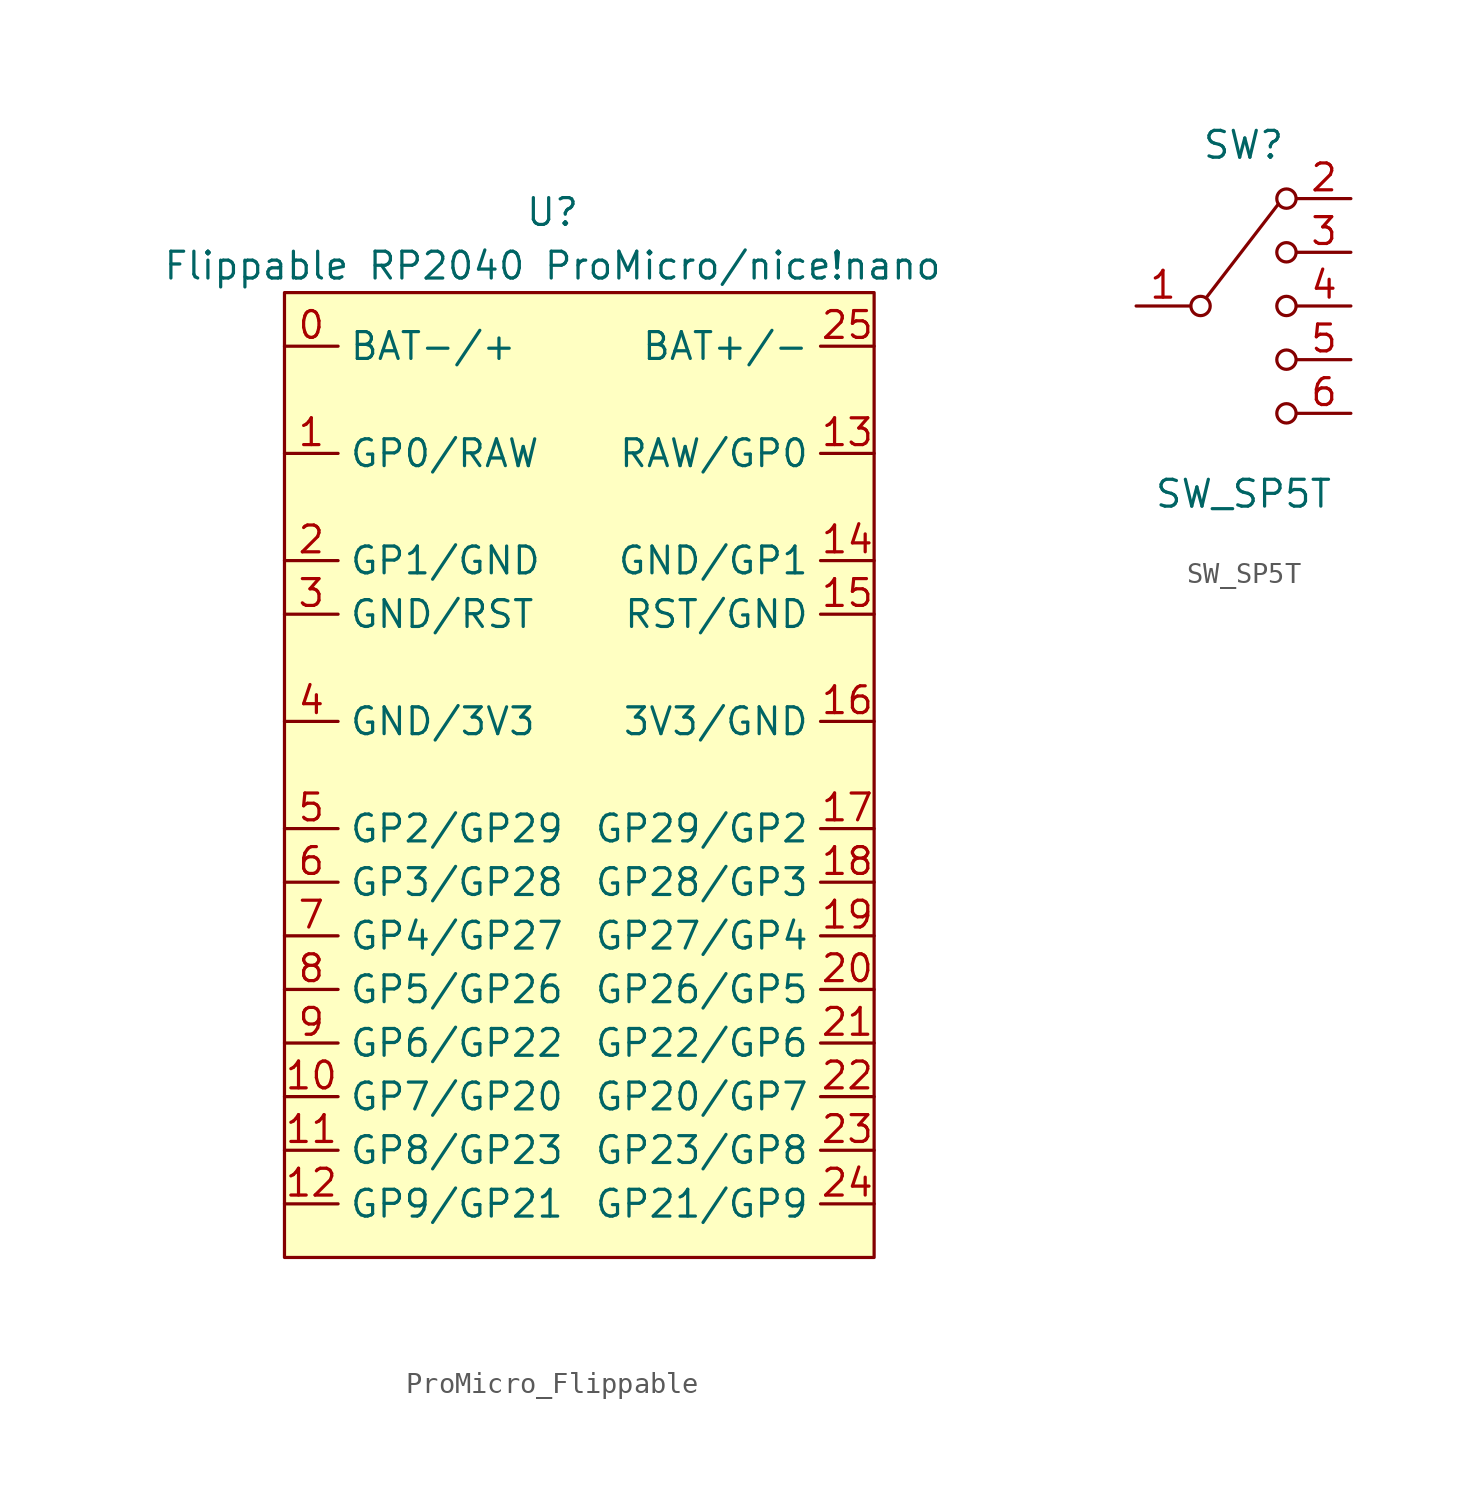
<source format=kicad_sym>
(kicad_symbol_lib
  (version 20220914)
  (generator kicad_symbol_editor)
  (symbol "ProMicro_Flippable"
    (property "Reference" "U"
      (at 0 22.86 0)
      (effects (font (size 1.27 1.27))))
    (property "Value" "Flippable RP2040 ProMicro/nice!nano"
      (at 0 20.32 0)
      (effects (font (size 1.27 1.27))))
    (symbol "ProMicro_Flippable_1_0"
      (pin bidirectional line (at -12.7 11.43 0) (length 2.54) (name "GP0/RAW" (effects (font (size 1.27 1.27)))) (number "1" (effects (font (size 1.27 1.27)))))
      (pin bidirectional line (at -12.7 -19.05 0) (length 2.54) (name "GP7/GP20" (effects (font (size 1.27 1.27)))) (number "10" (effects (font (size 1.27 1.27)))))
      (pin bidirectional line (at -12.7 -21.59 0) (length 2.54) (name "GP8/GP23" (effects (font (size 1.27 1.27)))) (number "11" (effects (font (size 1.27 1.27)))))
      (pin bidirectional line (at -12.7 -24.13 0) (length 2.54) (name "GP9/GP21" (effects (font (size 1.27 1.27)))) (number "12" (effects (font (size 1.27 1.27)))))
      (pin bidirectional line (at 15.24 11.43 180) (length 2.54) (name "RAW/GP0" (effects (font (size 1.27 1.27)))) (number "13" (effects (font (size 1.27 1.27)))))
      (pin power_out line (at 15.24 6.35 180) (length 2.54) (name "GND/GP1" (effects (font (size 1.27 1.27)))) (number "14" (effects (font (size 1.27 1.27)))))
      (pin bidirectional line (at 15.24 3.81 180) (length 2.54) (name "RST/GND" (effects (font (size 1.27 1.27)))) (number "15" (effects (font (size 1.27 1.27)))))
      (pin power_out line (at 15.24 -1.27 180) (length 2.54) (name "3V3/GND" (effects (font (size 1.27 1.27)))) (number "16" (effects (font (size 1.27 1.27)))))
      (pin bidirectional line (at 15.24 -6.35 180) (length 2.54) (name "GP29/GP2" (effects (font (size 1.27 1.27)))) (number "17" (effects (font (size 1.27 1.27)))))
      (pin bidirectional line (at 15.24 -8.89 180) (length 2.54) (name "GP28/GP3" (effects (font (size 1.27 1.27)))) (number "18" (effects (font (size 1.27 1.27)))))
      (pin bidirectional line (at 15.24 -11.43 180) (length 2.54) (name "GP27/GP4" (effects (font (size 1.27 1.27)))) (number "19" (effects (font (size 1.27 1.27)))))
      (pin bidirectional line (at -12.7 6.35 0) (length 2.54) (name "GP1/GND" (effects (font (size 1.27 1.27)))) (number "2" (effects (font (size 1.27 1.27)))))
      (pin bidirectional line (at 15.24 -13.97 180) (length 2.54) (name "GP26/GP5" (effects (font (size 1.27 1.27)))) (number "20" (effects (font (size 1.27 1.27)))))
      (pin bidirectional line (at 15.24 -16.51 180) (length 2.54) (name "GP22/GP6" (effects (font (size 1.27 1.27)))) (number "21" (effects (font (size 1.27 1.27)))))
      (pin bidirectional line (at 15.24 -19.05 180) (length 2.54) (name "GP20/GP7" (effects (font (size 1.27 1.27)))) (number "22" (effects (font (size 1.27 1.27)))))
      (pin bidirectional line (at 15.24 -21.59 180) (length 2.54) (name "GP23/GP8" (effects (font (size 1.27 1.27)))) (number "23" (effects (font (size 1.27 1.27)))))
      (pin bidirectional line (at 15.24 -24.13 180) (length 2.54) (name "GP21/GP9" (effects (font (size 1.27 1.27)))) (number "24" (effects (font (size 1.27 1.27)))))
      (pin power_out line (at -12.7 3.81 0) (length 2.54) (name "GND/RST" (effects (font (size 1.27 1.27)))) (number "3" (effects (font (size 1.27 1.27)))))
      (pin power_out line (at -12.7 -1.27 0) (length 2.54) (name "GND/3V3" (effects (font (size 1.27 1.27)))) (number "4" (effects (font (size 1.27 1.27)))))
      (pin bidirectional line (at -12.7 -6.35 0) (length 2.54) (name "GP2/GP29" (effects (font (size 1.27 1.27)))) (number "5" (effects (font (size 1.27 1.27)))))
      (pin bidirectional line (at -12.7 -8.89 0) (length 2.54) (name "GP3/GP28" (effects (font (size 1.27 1.27)))) (number "6" (effects (font (size 1.27 1.27)))))
      (pin bidirectional line (at -12.7 -11.43 0) (length 2.54) (name "GP4/GP27" (effects (font (size 1.27 1.27)))) (number "7" (effects (font (size 1.27 1.27)))))
      (pin bidirectional line (at -12.7 -13.97 0) (length 2.54) (name "GP5/GP26" (effects (font (size 1.27 1.27)))) (number "8" (effects (font (size 1.27 1.27)))))
      (pin bidirectional line (at -12.7 -16.51 0) (length 2.54) (name "GP6/GP22" (effects (font (size 1.27 1.27)))) (number "9" (effects (font (size 1.27 1.27))))))
    (symbol "ProMicro_Flippable_1_1"
      (rectangle (start -12.7 19.05) (end 15.24 -26.67) (stroke (width 0) (type default)) (fill (type background)))
      (pin power_in line (at -12.7 16.51 0) (length 2.54) (name "BAT-/+" (effects (font (size 1.27 1.27)))) (number "0" (effects (font (size 1.27 1.27)))))
      (pin power_in line (at 15.24 16.51 180) (length 2.54) (name "BAT+/-" (effects (font (size 1.27 1.27)))) (number "25" (effects (font (size 1.27 1.27)))))))
  (symbol "SW_SP5T"
    (pin_names
      (offset 0) hide)
    (property "Reference" "SW"
      (at 0 5.08 0)
      (effects (font (size 1.27 1.27))))
    (property "Value" "SW_SP5T"
      (at 0 -11.43 0)
      (effects (font (size 1.27 1.27))))
    (symbol "SW_SP5T_0_1"
      (circle (center -2.032 -2.54) (radius 0.457) (stroke (width 0) (type default)) (fill (type none)))
      (polyline (pts (xy -1.757 -2.141) (xy 1.651 2.286)) (stroke (width 0) (type default)) (fill (type none)))
      (circle (center 2.032 -7.62) (radius 0.457) (stroke (width 0) (type default)) (fill (type none)))
      (circle (center 2.032 -5.08) (radius 0.457) (stroke (width 0) (type default)) (fill (type none)))
      (circle (center 2.032 -2.54) (radius 0.457) (stroke (width 0) (type default)) (fill (type none)))
      (circle (center 2.032 0) (radius 0.457) (stroke (width 0) (type default)) (fill (type none)))
      (circle (center 2.032 2.54) (radius 0.457) (stroke (width 0) (type default)) (fill (type none))))
    (symbol "SW_SP5T_1_1"
      (pin passive line (at -5.08 -2.54 0) (length 2.54) (name "1" (effects (font (size 1.27 1.27)))) (number "1" (effects (font (size 1.27 1.27)))))
      (pin passive line (at 5.08 2.54 180) (length 2.54) (name "2" (effects (font (size 1.27 1.27)))) (number "2" (effects (font (size 1.27 1.27)))))
      (pin passive line (at 5.08 0 180) (length 2.54) (name "3" (effects (font (size 1.27 1.27)))) (number "3" (effects (font (size 1.27 1.27)))))
      (pin passive line (at 5.08 -2.54 180) (length 2.54) (name "4" (effects (font (size 1.27 1.27)))) (number "4" (effects (font (size 1.27 1.27)))))
      (pin passive line (at 5.08 -5.08 180) (length 2.54) (name "5" (effects (font (size 1.27 1.27)))) (number "5" (effects (font (size 1.27 1.27)))))
      (pin passive line (at 5.08 -7.62 180) (length 2.54) (name "6" (effects (font (size 1.27 1.27)))) (number "6" (effects (font (size 1.27 1.27))))))))
</source>
